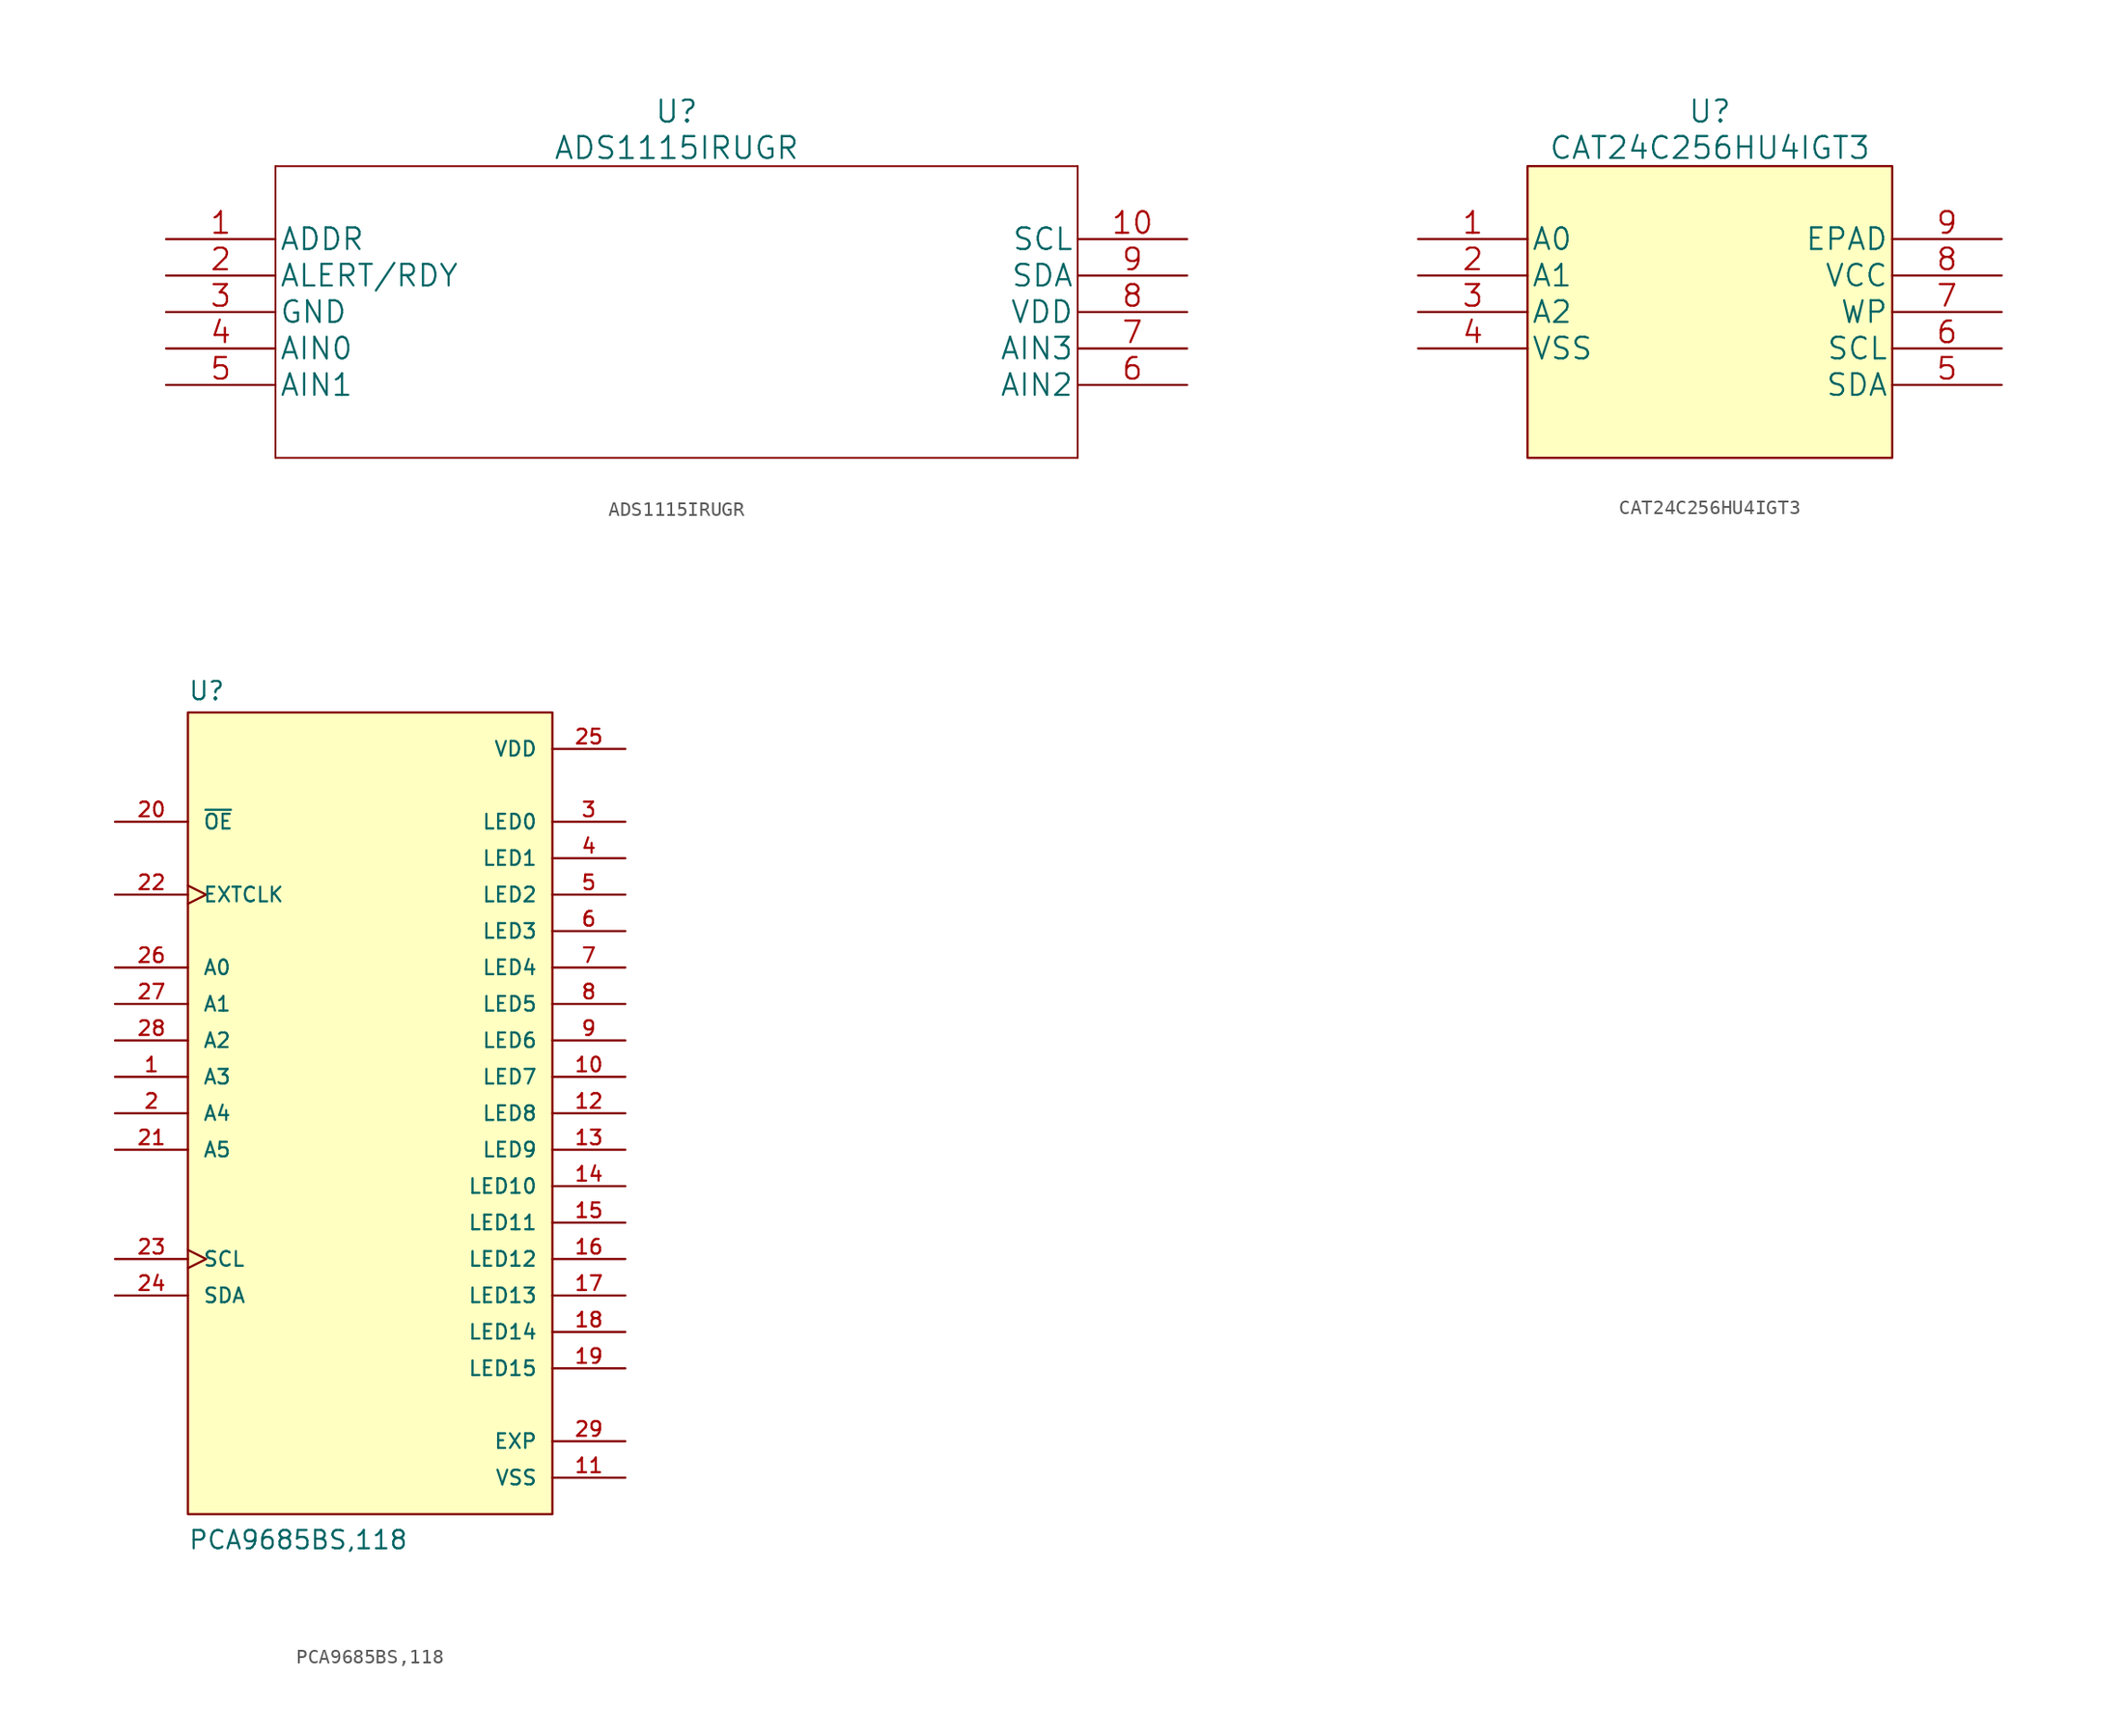
<source format=kicad_sym>
(kicad_symbol_lib
  (version 20211014)
  (generator kicad_symbol_editor)
  (symbol "ADS1115IRUGR"
    (pin_names
      (offset 0.254))
    (property "Reference" "U"
      (at 35.56 8.89 0)
      (effects (font (size 1.524 1.524))))
    (property "Value" "ADS1115IRUGR"
      (at 35.56 6.35 0)
      (effects (font (size 1.524 1.524))))
    (property "Datasheet" ""
      (at 0 0 0)
      (effects (font (size 1.524 1.524))))
    (property "ki_locked" ""
      (at 0 0 0)
      (effects (font (size 1.27 1.27))))
    (symbol "ADS1115IRUGR_1_1"
      (polyline (pts (xy 7.62 -15.24) (xy 63.5 -15.24)) (stroke (width 0.127) (type default) (color 0 0 0 0)) (fill (type none)))
      (polyline (pts (xy 7.62 5.08) (xy 7.62 -15.24)) (stroke (width 0.127) (type default) (color 0 0 0 0)) (fill (type none)))
      (polyline (pts (xy 63.5 -15.24) (xy 63.5 5.08)) (stroke (width 0.127) (type default) (color 0 0 0 0)) (fill (type none)))
      (polyline (pts (xy 63.5 5.08) (xy 7.62 5.08)) (stroke (width 0.127) (type default) (color 0 0 0 0)) (fill (type none)))
      (pin input line (at 0 0 0) (length 7.62) (name "ADDR" (effects (font (size 1.499 1.499)))) (number "1" (effects (font (size 1.499 1.499)))))
      (pin input line (at 71.12 0 180) (length 7.62) (name "SCL" (effects (font (size 1.499 1.499)))) (number "10" (effects (font (size 1.499 1.499)))))
      (pin output line (at 0 -2.54 0) (length 7.62) (name "ALERT/RDY" (effects (font (size 1.499 1.499)))) (number "2" (effects (font (size 1.499 1.499)))))
      (pin power_in line (at 0 -5.08 0) (length 7.62) (name "GND" (effects (font (size 1.499 1.499)))) (number "3" (effects (font (size 1.499 1.499)))))
      (pin input line (at 0 -7.62 0) (length 7.62) (name "AIN0" (effects (font (size 1.499 1.499)))) (number "4" (effects (font (size 1.499 1.499)))))
      (pin input line (at 0 -10.16 0) (length 7.62) (name "AIN1" (effects (font (size 1.499 1.499)))) (number "5" (effects (font (size 1.499 1.499)))))
      (pin input line (at 71.12 -10.16 180) (length 7.62) (name "AIN2" (effects (font (size 1.499 1.499)))) (number "6" (effects (font (size 1.499 1.499)))))
      (pin input line (at 71.12 -7.62 180) (length 7.62) (name "AIN3" (effects (font (size 1.499 1.499)))) (number "7" (effects (font (size 1.499 1.499)))))
      (pin power_in line (at 71.12 -5.08 180) (length 7.62) (name "VDD" (effects (font (size 1.499 1.499)))) (number "8" (effects (font (size 1.499 1.499)))))
      (pin bidirectional line (at 71.12 -2.54 180) (length 7.62) (name "SDA" (effects (font (size 1.499 1.499)))) (number "9" (effects (font (size 1.499 1.499)))))))
  (symbol "CAT24C256HU4IGT3"
    (pin_names
      (offset 0.254))
    (property "Reference" "U"
      (at 0 12.7 0)
      (effects (font (size 1.524 1.524))))
    (property "Value" "CAT24C256HU4IGT3"
      (at 0 10.16 0)
      (effects (font (size 1.524 1.524))))
    (property "Datasheet" ""
      (at -20.32 3.81 0)
      (effects (font (size 1.524 1.524))))
    (symbol "CAT24C256HU4IGT3_1_1"
      (rectangle (start -12.7 8.89) (end 12.7 -11.43) (stroke (width 0) (type default) (color 0 0 0 0)) (fill (type background)))
      (pin power_in line (at -20.32 3.81 0) (length 7.62) (name "A0" (effects (font (size 1.499 1.499)))) (number "1" (effects (font (size 1.499 1.499)))))
      (pin power_in line (at -20.32 1.27 0) (length 7.62) (name "A1" (effects (font (size 1.499 1.499)))) (number "2" (effects (font (size 1.499 1.499)))))
      (pin power_in line (at -20.32 -1.27 0) (length 7.62) (name "A2" (effects (font (size 1.499 1.499)))) (number "3" (effects (font (size 1.499 1.499)))))
      (pin power_in line (at -20.32 -3.81 0) (length 7.62) (name "VSS" (effects (font (size 1.499 1.499)))) (number "4" (effects (font (size 1.499 1.499)))))
      (pin bidirectional line (at 20.32 -6.35 180) (length 7.62) (name "SDA" (effects (font (size 1.499 1.499)))) (number "5" (effects (font (size 1.499 1.499)))))
      (pin input line (at 20.32 -3.81 180) (length 7.62) (name "SCL" (effects (font (size 1.499 1.499)))) (number "6" (effects (font (size 1.499 1.499)))))
      (pin unspecified line (at 20.32 -1.27 180) (length 7.62) (name "WP" (effects (font (size 1.499 1.499)))) (number "7" (effects (font (size 1.499 1.499)))))
      (pin power_in line (at 20.32 1.27 180) (length 7.62) (name "VCC" (effects (font (size 1.499 1.499)))) (number "8" (effects (font (size 1.499 1.499)))))
      (pin unspecified line (at 20.32 3.81 180) (length 7.62) (name "EPAD" (effects (font (size 1.499 1.499)))) (number "9" (effects (font (size 1.499 1.499)))))))
  (symbol "PCA9685BS,118"
    (pin_names
      (offset 1.016))
    (property "Reference" "U"
      (at -12.7 28.702 0)
      (effects (font (size 1.27 1.27)) (justify left bottom)))
    (property "Value" "PCA9685BS,118"
      (at -12.7 -30.48 0)
      (effects (font (size 1.27 1.27)) (justify left bottom)))
    (property "ki_locked" ""
      (at 0 0 0)
      (effects (font (size 1.27 1.27))))
    (symbol "PCA9685BS,118_0_0"
      (rectangle (start -12.7 -27.94) (end 12.7 27.94) (stroke (width 0.152) (type default) (color 0 0 0 0)) (fill (type background)))
      (pin input line (at -17.78 2.54 0) (length 5.08) (name "A3" (effects (font (size 1.016 1.016)))) (number "1" (effects (font (size 1.016 1.016)))))
      (pin output line (at 17.78 2.54 180) (length 5.08) (name "LED7" (effects (font (size 1.016 1.016)))) (number "10" (effects (font (size 1.016 1.016)))))
      (pin power_in line (at 17.78 -25.4 180) (length 5.08) (name "VSS" (effects (font (size 1.016 1.016)))) (number "11" (effects (font (size 1.016 1.016)))))
      (pin output line (at 17.78 0 180) (length 5.08) (name "LED8" (effects (font (size 1.016 1.016)))) (number "12" (effects (font (size 1.016 1.016)))))
      (pin output line (at 17.78 -2.54 180) (length 5.08) (name "LED9" (effects (font (size 1.016 1.016)))) (number "13" (effects (font (size 1.016 1.016)))))
      (pin output line (at 17.78 -5.08 180) (length 5.08) (name "LED10" (effects (font (size 1.016 1.016)))) (number "14" (effects (font (size 1.016 1.016)))))
      (pin output line (at 17.78 -7.62 180) (length 5.08) (name "LED11" (effects (font (size 1.016 1.016)))) (number "15" (effects (font (size 1.016 1.016)))))
      (pin output line (at 17.78 -10.16 180) (length 5.08) (name "LED12" (effects (font (size 1.016 1.016)))) (number "16" (effects (font (size 1.016 1.016)))))
      (pin output line (at 17.78 -12.7 180) (length 5.08) (name "LED13" (effects (font (size 1.016 1.016)))) (number "17" (effects (font (size 1.016 1.016)))))
      (pin output line (at 17.78 -15.24 180) (length 5.08) (name "LED14" (effects (font (size 1.016 1.016)))) (number "18" (effects (font (size 1.016 1.016)))))
      (pin output line (at 17.78 -17.78 180) (length 5.08) (name "LED15" (effects (font (size 1.016 1.016)))) (number "19" (effects (font (size 1.016 1.016)))))
      (pin input line (at -17.78 0 0) (length 5.08) (name "A4" (effects (font (size 1.016 1.016)))) (number "2" (effects (font (size 1.016 1.016)))))
      (pin input line (at -17.78 20.32 0) (length 5.08) (name "~{OE}" (effects (font (size 1.016 1.016)))) (number "20" (effects (font (size 1.016 1.016)))))
      (pin input line (at -17.78 -2.54 0) (length 5.08) (name "A5" (effects (font (size 1.016 1.016)))) (number "21" (effects (font (size 1.016 1.016)))))
      (pin input clock (at -17.78 15.24 0) (length 5.08) (name "EXTCLK" (effects (font (size 1.016 1.016)))) (number "22" (effects (font (size 1.016 1.016)))))
      (pin input clock (at -17.78 -10.16 0) (length 5.08) (name "SCL" (effects (font (size 1.016 1.016)))) (number "23" (effects (font (size 1.016 1.016)))))
      (pin bidirectional line (at -17.78 -12.7 0) (length 5.08) (name "SDA" (effects (font (size 1.016 1.016)))) (number "24" (effects (font (size 1.016 1.016)))))
      (pin power_in line (at 17.78 25.4 180) (length 5.08) (name "VDD" (effects (font (size 1.016 1.016)))) (number "25" (effects (font (size 1.016 1.016)))))
      (pin input line (at -17.78 10.16 0) (length 5.08) (name "A0" (effects (font (size 1.016 1.016)))) (number "26" (effects (font (size 1.016 1.016)))))
      (pin input line (at -17.78 7.62 0) (length 5.08) (name "A1" (effects (font (size 1.016 1.016)))) (number "27" (effects (font (size 1.016 1.016)))))
      (pin input line (at -17.78 5.08 0) (length 5.08) (name "A2" (effects (font (size 1.016 1.016)))) (number "28" (effects (font (size 1.016 1.016)))))
      (pin power_in line (at 17.78 -22.86 180) (length 5.08) (name "EXP" (effects (font (size 1.016 1.016)))) (number "29" (effects (font (size 1.016 1.016)))))
      (pin output line (at 17.78 20.32 180) (length 5.08) (name "LED0" (effects (font (size 1.016 1.016)))) (number "3" (effects (font (size 1.016 1.016)))))
      (pin output line (at 17.78 17.78 180) (length 5.08) (name "LED1" (effects (font (size 1.016 1.016)))) (number "4" (effects (font (size 1.016 1.016)))))
      (pin output line (at 17.78 15.24 180) (length 5.08) (name "LED2" (effects (font (size 1.016 1.016)))) (number "5" (effects (font (size 1.016 1.016)))))
      (pin output line (at 17.78 12.7 180) (length 5.08) (name "LED3" (effects (font (size 1.016 1.016)))) (number "6" (effects (font (size 1.016 1.016)))))
      (pin output line (at 17.78 10.16 180) (length 5.08) (name "LED4" (effects (font (size 1.016 1.016)))) (number "7" (effects (font (size 1.016 1.016)))))
      (pin output line (at 17.78 7.62 180) (length 5.08) (name "LED5" (effects (font (size 1.016 1.016)))) (number "8" (effects (font (size 1.016 1.016)))))
      (pin output line (at 17.78 5.08 180) (length 5.08) (name "LED6" (effects (font (size 1.016 1.016)))) (number "9" (effects (font (size 1.016 1.016))))))))
</source>
